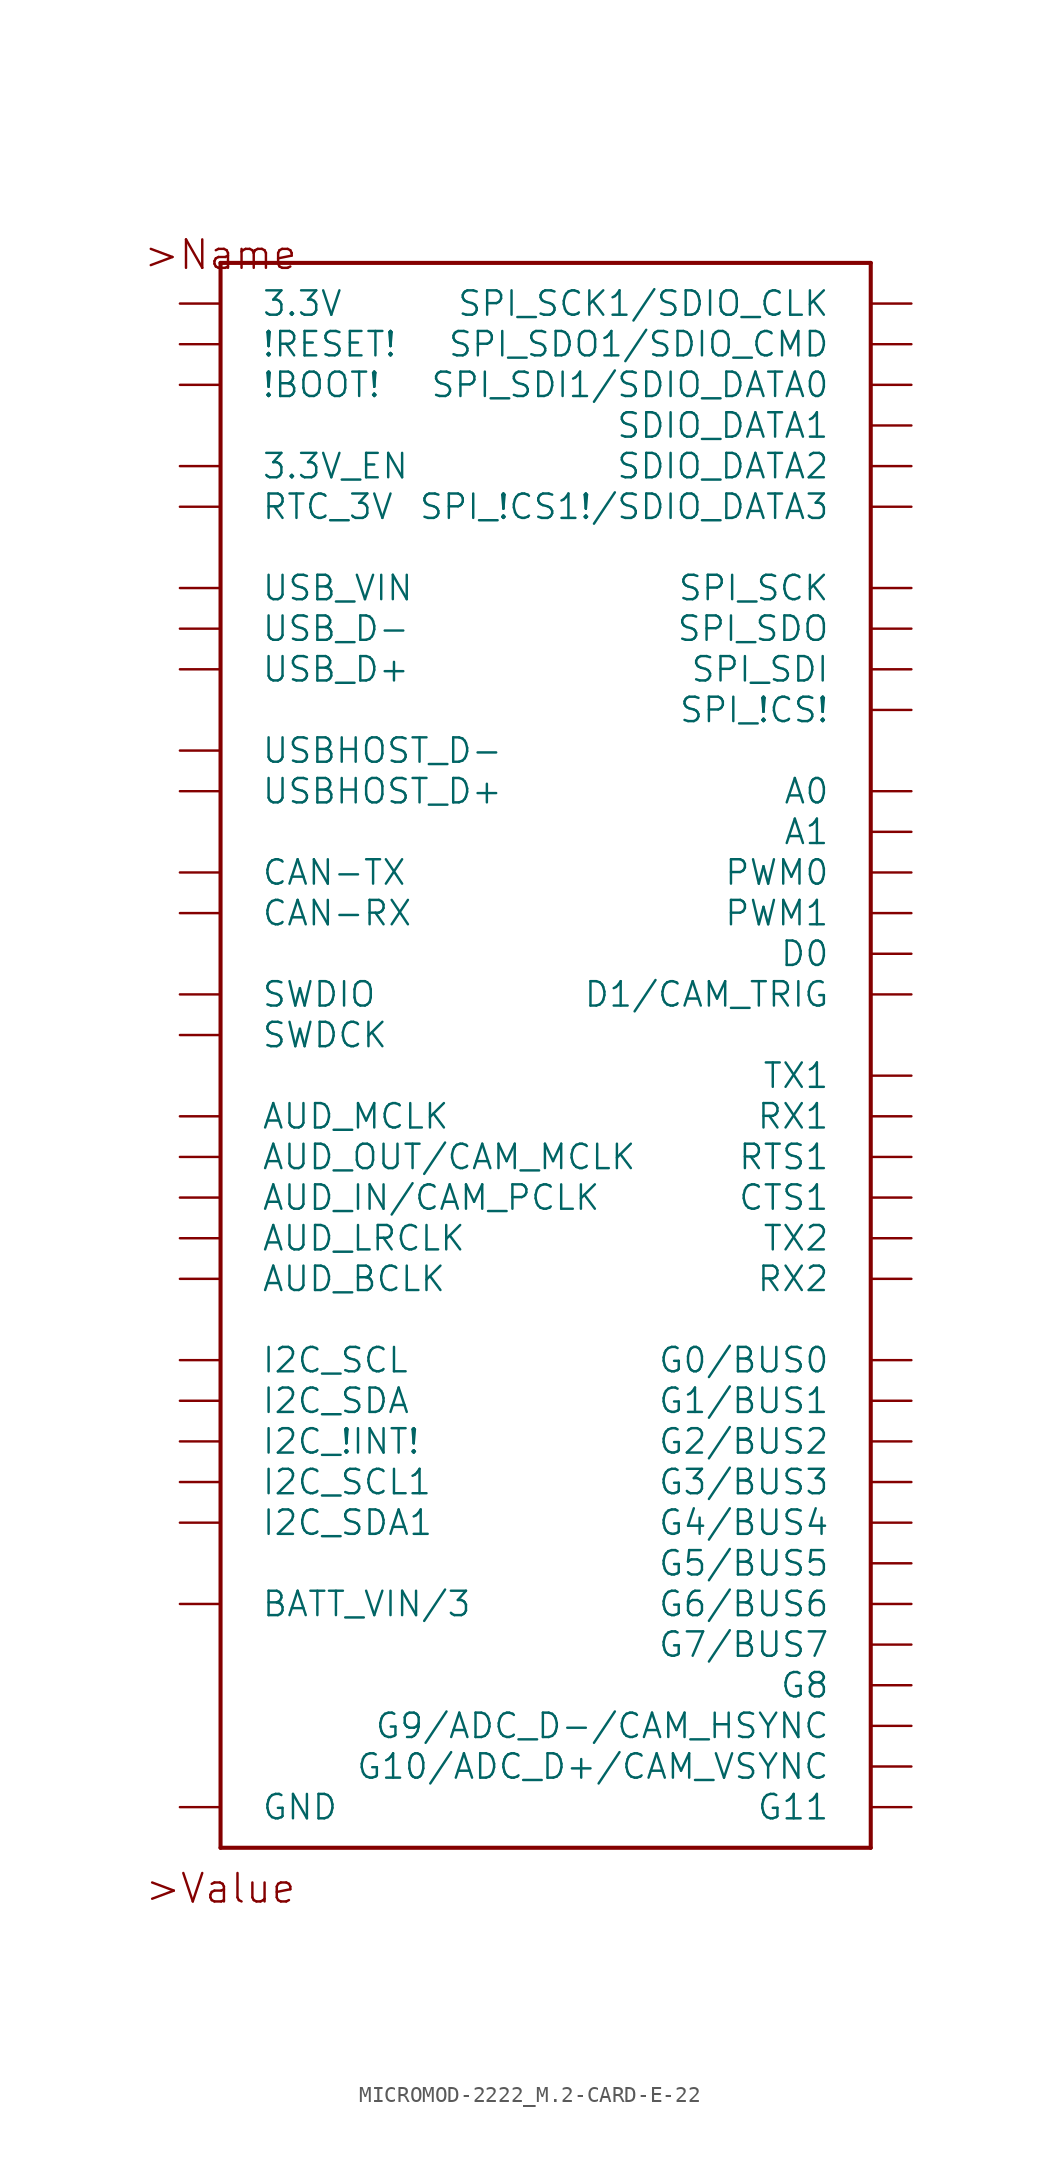
<source format=kicad_sym>
(kicad_symbol_lib
  (version 20211014)
  (generator kicad_symbol_editor)
  (symbol "MICROMOD-2222_M.2-CARD-E-22"
    (pin_names
      (offset 2.54))
    (property "Reference" "U"
      (at 0 0 0)
      (effects (font (size 0 0)) hide))
    (symbol "MICROMOD-2222_M.2-CARD-E-22_0_0"
      (polyline (pts (xy -20.32 -45.72) (xy -20.32 53.34)) (stroke (width 0.254) (type default) (color 0 0 0 0)) (fill (type none)))
      (polyline (pts (xy -20.32 53.34) (xy 20.32 53.34)) (stroke (width 0.254) (type default) (color 0 0 0 0)) (fill (type none)))
      (polyline (pts (xy 20.32 -45.72) (xy -20.32 -45.72)) (stroke (width 0.254) (type default) (color 0 0 0 0)) (fill (type none)))
      (polyline (pts (xy 20.32 53.34) (xy 20.32 -45.72)) (stroke (width 0.254) (type default) (color 0 0 0 0)) (fill (type none)))
      (text ">Name" (at -20.32 53.848 0) (effects (font (size 1.778 1.778))))
      (text ">Value" (at -20.32 -48.26 0) (effects (font (size 1.778 1.778))))
      (pin bidirectional line (at -22.86 -43.18 0) (length 2.54) (name "GND" (effects (font (size 1.524 1.524)))) (number "1" (effects (font (size 0 0)))))
      (pin bidirectional line (at 22.86 10.16 180) (length 2.54) (name "D0" (effects (font (size 1.524 1.524)))) (number "10" (effects (font (size 0 0)))))
      (pin bidirectional line (at -22.86 45.72 0) (length 2.54) (name "!BOOT!" (effects (font (size 1.524 1.524)))) (number "11" (effects (font (size 0 0)))))
      (pin bidirectional line (at -22.86 -17.78 0) (length 2.54) (name "I2C_SDA" (effects (font (size 1.524 1.524)))) (number "12" (effects (font (size 0 0)))))
      (pin bidirectional line (at 22.86 -2.54 180) (length 2.54) (name "RTS1" (effects (font (size 1.524 1.524)))) (number "13" (effects (font (size 0 0)))))
      (pin bidirectional line (at -22.86 -15.24 0) (length 2.54) (name "I2C_SCL" (effects (font (size 1.524 1.524)))) (number "14" (effects (font (size 0 0)))))
      (pin bidirectional line (at 22.86 -5.08 180) (length 2.54) (name "CTS1" (effects (font (size 1.524 1.524)))) (number "15" (effects (font (size 0 0)))))
      (pin bidirectional line (at -22.86 -20.32 0) (length 2.54) (name "I2C_!INT!" (effects (font (size 1.524 1.524)))) (number "16" (effects (font (size 0 0)))))
      (pin bidirectional line (at 22.86 2.54 180) (length 2.54) (name "TX1" (effects (font (size 1.524 1.524)))) (number "17" (effects (font (size 0 0)))))
      (pin bidirectional line (at 22.86 7.62 180) (length 2.54) (name "D1/CAM_TRIG" (effects (font (size 1.524 1.524)))) (number "18" (effects (font (size 0 0)))))
      (pin bidirectional line (at 22.86 0 180) (length 2.54) (name "RX1" (effects (font (size 1.524 1.524)))) (number "19" (effects (font (size 0 0)))))
      (pin bidirectional line (at -22.86 50.8 0) (length 2.54) (name "3.3V" (effects (font (size 1.524 1.524)))) (number "2" (effects (font (size 0 0)))))
      (pin bidirectional line (at 22.86 -10.16 180) (length 2.54) (name "RX2" (effects (font (size 1.524 1.524)))) (number "20" (effects (font (size 0 0)))))
      (pin bidirectional line (at -22.86 5.08 0) (length 2.54) (name "SWDCK" (effects (font (size 1.524 1.524)))) (number "21" (effects (font (size 0 0)))))
      (pin bidirectional line (at 22.86 -7.62 180) (length 2.54) (name "TX2" (effects (font (size 1.524 1.524)))) (number "22" (effects (font (size 0 0)))))
      (pin bidirectional line (at -22.86 7.62 0) (length 2.54) (name "SWDIO" (effects (font (size 1.524 1.524)))) (number "23" (effects (font (size 0 0)))))
      (pin bidirectional line (at -22.86 27.94 0) (length 2.54) (name "USB_D+" (effects (font (size 1.524 1.524)))) (number "3" (effects (font (size 0 0)))))
      (pin bidirectional line (at 22.86 15.24 180) (length 2.54) (name "PWM0" (effects (font (size 1.524 1.524)))) (number "32" (effects (font (size 0 0)))))
      (pin bidirectional line (at -22.86 -43.18 0) (length 2.54) hide (name "GND" (effects (font (size 1.524 1.524)))) (number "33" (effects (font (size 0 0)))))
      (pin bidirectional line (at 22.86 20.32 180) (length 2.54) (name "A0" (effects (font (size 1.524 1.524)))) (number "34" (effects (font (size 0 0)))))
      (pin bidirectional line (at -22.86 20.32 0) (length 2.54) (name "USBHOST_D+" (effects (font (size 1.524 1.524)))) (number "35" (effects (font (size 0 0)))))
      (pin bidirectional line (at -22.86 -43.18 0) (length 2.54) hide (name "GND" (effects (font (size 1.524 1.524)))) (number "36" (effects (font (size 0 0)))))
      (pin bidirectional line (at -22.86 22.86 0) (length 2.54) (name "USBHOST_D-" (effects (font (size 1.524 1.524)))) (number "37" (effects (font (size 0 0)))))
      (pin bidirectional line (at 22.86 17.78 180) (length 2.54) (name "A1" (effects (font (size 1.524 1.524)))) (number "38" (effects (font (size 0 0)))))
      (pin bidirectional line (at -22.86 -43.18 0) (length 2.54) hide (name "GND" (effects (font (size 1.524 1.524)))) (number "39" (effects (font (size 0 0)))))
      (pin bidirectional line (at -22.86 40.64 0) (length 2.54) (name "3.3V_EN" (effects (font (size 1.524 1.524)))) (number "4" (effects (font (size 0 0)))))
      (pin bidirectional line (at 22.86 -15.24 180) (length 2.54) (name "G0/BUS0" (effects (font (size 1.524 1.524)))) (number "40" (effects (font (size 0 0)))))
      (pin bidirectional line (at -22.86 12.7 0) (length 2.54) (name "CAN-RX" (effects (font (size 1.524 1.524)))) (number "41" (effects (font (size 0 0)))))
      (pin bidirectional line (at 22.86 -17.78 180) (length 2.54) (name "G1/BUS1" (effects (font (size 1.524 1.524)))) (number "42" (effects (font (size 0 0)))))
      (pin bidirectional line (at -22.86 15.24 0) (length 2.54) (name "CAN-TX" (effects (font (size 1.524 1.524)))) (number "43" (effects (font (size 0 0)))))
      (pin bidirectional line (at 22.86 -20.32 180) (length 2.54) (name "G2/BUS2" (effects (font (size 1.524 1.524)))) (number "44" (effects (font (size 0 0)))))
      (pin bidirectional line (at -22.86 -43.18 0) (length 2.54) hide (name "GND" (effects (font (size 1.524 1.524)))) (number "45" (effects (font (size 0 0)))))
      (pin bidirectional line (at 22.86 -22.86 180) (length 2.54) (name "G3/BUS3" (effects (font (size 1.524 1.524)))) (number "46" (effects (font (size 0 0)))))
      (pin bidirectional line (at 22.86 12.7 180) (length 2.54) (name "PWM1" (effects (font (size 1.524 1.524)))) (number "47" (effects (font (size 0 0)))))
      (pin bidirectional line (at 22.86 -25.4 180) (length 2.54) (name "G4/BUS4" (effects (font (size 1.524 1.524)))) (number "48" (effects (font (size 0 0)))))
      (pin bidirectional line (at -22.86 -30.48 0) (length 2.54) (name "BATT_VIN/3" (effects (font (size 1.524 1.524)))) (number "49" (effects (font (size 0 0)))))
      (pin bidirectional line (at -22.86 30.48 0) (length 2.54) (name "USB_D-" (effects (font (size 1.524 1.524)))) (number "5" (effects (font (size 0 0)))))
      (pin bidirectional line (at -22.86 -10.16 0) (length 2.54) (name "AUD_BCLK" (effects (font (size 1.524 1.524)))) (number "50" (effects (font (size 0 0)))))
      (pin bidirectional line (at -22.86 -25.4 0) (length 2.54) (name "I2C_SDA1" (effects (font (size 1.524 1.524)))) (number "51" (effects (font (size 0 0)))))
      (pin bidirectional line (at -22.86 -7.62 0) (length 2.54) (name "AUD_LRCLK" (effects (font (size 1.524 1.524)))) (number "52" (effects (font (size 0 0)))))
      (pin bidirectional line (at -22.86 -22.86 0) (length 2.54) (name "I2C_SCL1" (effects (font (size 1.524 1.524)))) (number "53" (effects (font (size 0 0)))))
      (pin bidirectional line (at -22.86 -5.08 0) (length 2.54) (name "AUD_IN/CAM_PCLK" (effects (font (size 1.524 1.524)))) (number "54" (effects (font (size 0 0)))))
      (pin bidirectional line (at 22.86 25.4 180) (length 2.54) (name "SPI_!CS!" (effects (font (size 1.524 1.524)))) (number "55" (effects (font (size 0 0)))))
      (pin bidirectional line (at -22.86 -2.54 0) (length 2.54) (name "AUD_OUT/CAM_MCLK" (effects (font (size 1.524 1.524)))) (number "56" (effects (font (size 0 0)))))
      (pin bidirectional line (at 22.86 33.02 180) (length 2.54) (name "SPI_SCK" (effects (font (size 1.524 1.524)))) (number "57" (effects (font (size 0 0)))))
      (pin bidirectional line (at -22.86 0 0) (length 2.54) (name "AUD_MCLK" (effects (font (size 1.524 1.524)))) (number "58" (effects (font (size 0 0)))))
      (pin bidirectional line (at 22.86 30.48 180) (length 2.54) (name "SPI_SDO" (effects (font (size 1.524 1.524)))) (number "59" (effects (font (size 0 0)))))
      (pin bidirectional line (at -22.86 48.26 0) (length 2.54) (name "!RESET!" (effects (font (size 1.524 1.524)))) (number "6" (effects (font (size 0 0)))))
      (pin bidirectional line (at 22.86 50.8 180) (length 2.54) (name "SPI_SCK1/SDIO_CLK" (effects (font (size 1.524 1.524)))) (number "60" (effects (font (size 0 0)))))
      (pin bidirectional line (at 22.86 27.94 180) (length 2.54) (name "SPI_SDI" (effects (font (size 1.524 1.524)))) (number "61" (effects (font (size 0 0)))))
      (pin bidirectional line (at 22.86 48.26 180) (length 2.54) (name "SPI_SDO1/SDIO_CMD" (effects (font (size 1.524 1.524)))) (number "62" (effects (font (size 0 0)))))
      (pin bidirectional line (at 22.86 -40.64 180) (length 2.54) (name "G10/ADC_D+/CAM_VSYNC" (effects (font (size 1.524 1.524)))) (number "63" (effects (font (size 0 0)))))
      (pin bidirectional line (at 22.86 45.72 180) (length 2.54) (name "SPI_SDI1/SDIO_DATA0" (effects (font (size 1.524 1.524)))) (number "64" (effects (font (size 0 0)))))
      (pin bidirectional line (at 22.86 -38.1 180) (length 2.54) (name "G9/ADC_D-/CAM_HSYNC" (effects (font (size 1.524 1.524)))) (number "65" (effects (font (size 0 0)))))
      (pin bidirectional line (at 22.86 43.18 180) (length 2.54) (name "SDIO_DATA1" (effects (font (size 1.524 1.524)))) (number "66" (effects (font (size 0 0)))))
      (pin bidirectional line (at 22.86 -35.56 180) (length 2.54) (name "G8" (effects (font (size 1.524 1.524)))) (number "67" (effects (font (size 0 0)))))
      (pin bidirectional line (at 22.86 40.64 180) (length 2.54) (name "SDIO_DATA2" (effects (font (size 1.524 1.524)))) (number "68" (effects (font (size 0 0)))))
      (pin bidirectional line (at 22.86 -33.02 180) (length 2.54) (name "G7/BUS7" (effects (font (size 1.524 1.524)))) (number "69" (effects (font (size 0 0)))))
      (pin bidirectional line (at -22.86 -43.18 0) (length 2.54) hide (name "GND" (effects (font (size 1.524 1.524)))) (number "7" (effects (font (size 0 0)))))
      (pin bidirectional line (at 22.86 38.1 180) (length 2.54) (name "SPI_!CS1!/SDIO_DATA3" (effects (font (size 1.524 1.524)))) (number "70" (effects (font (size 0 0)))))
      (pin bidirectional line (at 22.86 -30.48 180) (length 2.54) (name "G6/BUS6" (effects (font (size 1.524 1.524)))) (number "71" (effects (font (size 0 0)))))
      (pin bidirectional line (at -22.86 38.1 0) (length 2.54) (name "RTC_3V" (effects (font (size 1.524 1.524)))) (number "72" (effects (font (size 0 0)))))
      (pin bidirectional line (at 22.86 -27.94 180) (length 2.54) (name "G5/BUS5" (effects (font (size 1.524 1.524)))) (number "73" (effects (font (size 0 0)))))
      (pin bidirectional line (at -22.86 50.8 0) (length 2.54) hide (name "3.3V" (effects (font (size 1.524 1.524)))) (number "74" (effects (font (size 0 0)))))
      (pin bidirectional line (at -22.86 -43.18 0) (length 2.54) hide (name "GND" (effects (font (size 1.524 1.524)))) (number "75" (effects (font (size 0 0)))))
      (pin bidirectional line (at 22.86 -43.18 180) (length 2.54) (name "G11" (effects (font (size 1.524 1.524)))) (number "8" (effects (font (size 0 0)))))
      (pin bidirectional line (at -22.86 33.02 0) (length 2.54) (name "USB_VIN" (effects (font (size 1.524 1.524)))) (number "9" (effects (font (size 0 0)))))
      (pin bidirectional line (at -22.86 -43.18 0) (length 2.54) hide (name "GND" (effects (font (size 1.524 1.524)))) (number "GND1" (effects (font (size 0 0)))))
      (pin bidirectional line (at -22.86 -43.18 0) (length 2.54) hide (name "GND" (effects (font (size 1.524 1.524)))) (number "GND2" (effects (font (size 0 0)))))
      (pin bidirectional line (at -22.86 -43.18 0) (length 2.54) hide (name "GND" (effects (font (size 1.524 1.524)))) (number "GND3" (effects (font (size 0 0))))))))
</source>
